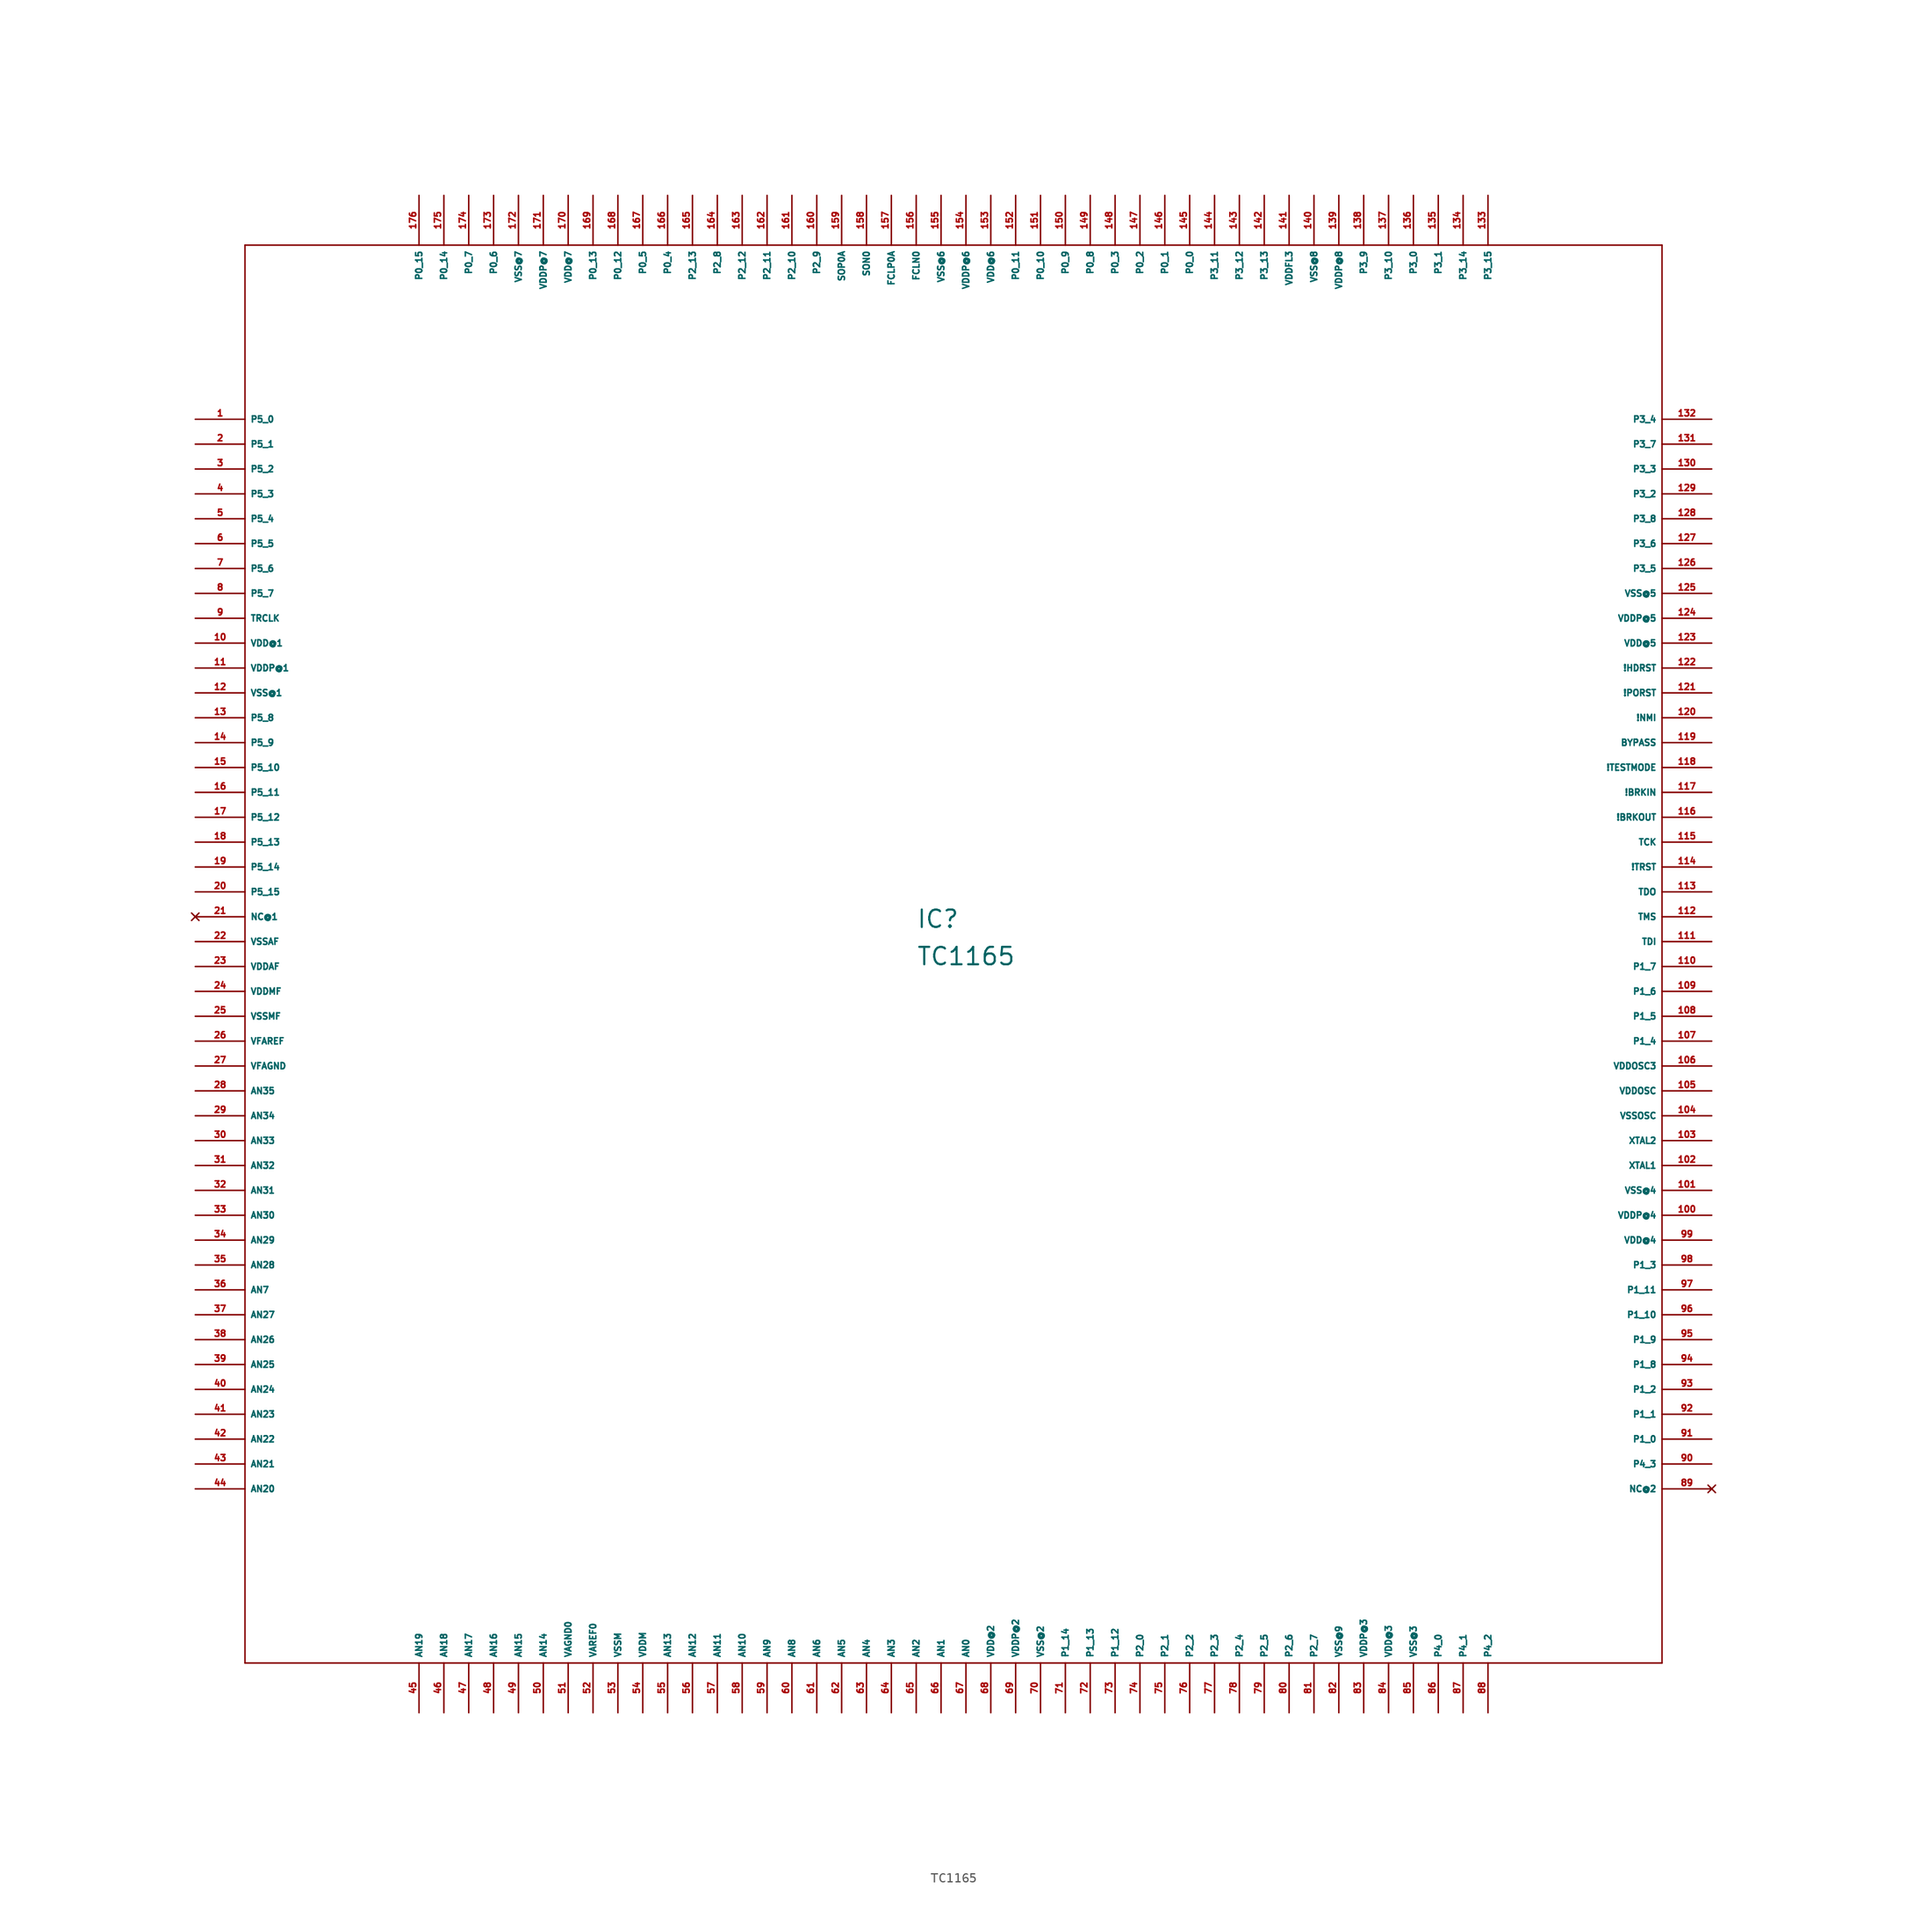
<source format=kicad_sym>
(kicad_symbol_lib
  (version 20220914)
  (generator Eagle2Kicad)
  (symbol "TC1165"
    (property "Reference" "IC"
      (at -5.08 1.27 0)
      (effects (font (size 1.778 1.778) (thickness 0.22)) (justify left bottom)))
    (property "Value" "TC1165"
      (at -5.08 -2.54 0)
      (effects (font (size 1.778 1.778) (thickness 0.22)) (justify left bottom)))
    (polyline
      (pts (xy -73.66 -73.66) (xy 71.12 -73.66))
      (stroke (width 0) (type default))
      (fill (type none)))
    (polyline
      (pts (xy 71.12 -73.66) (xy 71.12 71.12))
      (stroke (width 0) (type default))
      (fill (type none)))
    (polyline
      (pts (xy 71.12 71.12) (xy -73.66 71.12))
      (stroke (width 0) (type default))
      (fill (type none)))
    (polyline
      (pts (xy -73.66 71.12) (xy -73.66 -73.66))
      (stroke (width 0) (type default))
      (fill (type none)))
    (pin bidirectional line
      (at -78.74 53.34 0)
      (length 5.08)
      (name "P5_0" (effects (font (size 0.635 0.635) (thickness 0.08)) (justify left bottom)))
      (number "1" (effects (font (size 0.635 0.635) (thickness 0.08)) (justify left bottom))))
    (pin bidirectional line
      (at -78.74 50.8 0)
      (length 5.08)
      (name "P5_1" (effects (font (size 0.635 0.635) (thickness 0.08)) (justify left bottom)))
      (number "2" (effects (font (size 0.635 0.635) (thickness 0.08)) (justify left bottom))))
    (pin bidirectional line
      (at -78.74 48.26 0)
      (length 5.08)
      (name "P5_2" (effects (font (size 0.635 0.635) (thickness 0.08)) (justify left bottom)))
      (number "3" (effects (font (size 0.635 0.635) (thickness 0.08)) (justify left bottom))))
    (pin bidirectional line
      (at -78.74 45.72 0)
      (length 5.08)
      (name "P5_3" (effects (font (size 0.635 0.635) (thickness 0.08)) (justify left bottom)))
      (number "4" (effects (font (size 0.635 0.635) (thickness 0.08)) (justify left bottom))))
    (pin bidirectional line
      (at -78.74 43.18 0)
      (length 5.08)
      (name "P5_4" (effects (font (size 0.635 0.635) (thickness 0.08)) (justify left bottom)))
      (number "5" (effects (font (size 0.635 0.635) (thickness 0.08)) (justify left bottom))))
    (pin bidirectional line
      (at -78.74 40.64 0)
      (length 5.08)
      (name "P5_5" (effects (font (size 0.635 0.635) (thickness 0.08)) (justify left bottom)))
      (number "6" (effects (font (size 0.635 0.635) (thickness 0.08)) (justify left bottom))))
    (pin bidirectional line
      (at -78.74 38.1 0)
      (length 5.08)
      (name "P5_6" (effects (font (size 0.635 0.635) (thickness 0.08)) (justify left bottom)))
      (number "7" (effects (font (size 0.635 0.635) (thickness 0.08)) (justify left bottom))))
    (pin bidirectional line
      (at -78.74 35.56 0)
      (length 5.08)
      (name "P5_7" (effects (font (size 0.635 0.635) (thickness 0.08)) (justify left bottom)))
      (number "8" (effects (font (size 0.635 0.635) (thickness 0.08)) (justify left bottom))))
    (pin output line
      (at -78.74 33.02 0)
      (length 5.08)
      (name "TRCLK" (effects (font (size 0.635 0.635) (thickness 0.08)) (justify left bottom)))
      (number "9" (effects (font (size 0.635 0.635) (thickness 0.08)) (justify left bottom))))
    (pin unspecified line
      (at -78.74 30.48 0)
      (length 5.08)
      (name "VDD@1" (effects (font (size 0.635 0.635) (thickness 0.08)) (justify left bottom)))
      (number "10" (effects (font (size 0.635 0.635) (thickness 0.08)) (justify left bottom))))
    (pin unspecified line
      (at -78.74 27.94 0)
      (length 5.08)
      (name "VDDP@1" (effects (font (size 0.635 0.635) (thickness 0.08)) (justify left bottom)))
      (number "11" (effects (font (size 0.635 0.635) (thickness 0.08)) (justify left bottom))))
    (pin unspecified line
      (at -78.74 25.4 0)
      (length 5.08)
      (name "VSS@1" (effects (font (size 0.635 0.635) (thickness 0.08)) (justify left bottom)))
      (number "12" (effects (font (size 0.635 0.635) (thickness 0.08)) (justify left bottom))))
    (pin bidirectional line
      (at -78.74 22.86 0)
      (length 5.08)
      (name "P5_8" (effects (font (size 0.635 0.635) (thickness 0.08)) (justify left bottom)))
      (number "13" (effects (font (size 0.635 0.635) (thickness 0.08)) (justify left bottom))))
    (pin bidirectional line
      (at -78.74 20.32 0)
      (length 5.08)
      (name "P5_9" (effects (font (size 0.635 0.635) (thickness 0.08)) (justify left bottom)))
      (number "14" (effects (font (size 0.635 0.635) (thickness 0.08)) (justify left bottom))))
    (pin bidirectional line
      (at -78.74 17.78 0)
      (length 5.08)
      (name "P5_10" (effects (font (size 0.635 0.635) (thickness 0.08)) (justify left bottom)))
      (number "15" (effects (font (size 0.635 0.635) (thickness 0.08)) (justify left bottom))))
    (pin bidirectional line
      (at -78.74 15.24 0)
      (length 5.08)
      (name "P5_11" (effects (font (size 0.635 0.635) (thickness 0.08)) (justify left bottom)))
      (number "16" (effects (font (size 0.635 0.635) (thickness 0.08)) (justify left bottom))))
    (pin bidirectional line
      (at -78.74 12.7 0)
      (length 5.08)
      (name "P5_12" (effects (font (size 0.635 0.635) (thickness 0.08)) (justify left bottom)))
      (number "17" (effects (font (size 0.635 0.635) (thickness 0.08)) (justify left bottom))))
    (pin bidirectional line
      (at -78.74 10.16 0)
      (length 5.08)
      (name "P5_13" (effects (font (size 0.635 0.635) (thickness 0.08)) (justify left bottom)))
      (number "18" (effects (font (size 0.635 0.635) (thickness 0.08)) (justify left bottom))))
    (pin bidirectional line
      (at -78.74 7.62 0)
      (length 5.08)
      (name "P5_14" (effects (font (size 0.635 0.635) (thickness 0.08)) (justify left bottom)))
      (number "19" (effects (font (size 0.635 0.635) (thickness 0.08)) (justify left bottom))))
    (pin bidirectional line
      (at -78.74 5.08 0)
      (length 5.08)
      (name "P5_15" (effects (font (size 0.635 0.635) (thickness 0.08)) (justify left bottom)))
      (number "20" (effects (font (size 0.635 0.635) (thickness 0.08)) (justify left bottom))))
    (pin no_connect line
      (at -78.74 2.54 0)
      (length 5.08)
      (name "NC@1" (effects (font (size 0.635 0.635) (thickness 0.08)) (justify left bottom) hide))
      (number "21" (effects (font (size 0.635 0.635) (thickness 0.08)) (justify left bottom) hide)))
    (pin unspecified line
      (at -78.74 0 0)
      (length 5.08)
      (name "VSSAF" (effects (font (size 0.635 0.635) (thickness 0.08)) (justify left bottom)))
      (number "22" (effects (font (size 0.635 0.635) (thickness 0.08)) (justify left bottom))))
    (pin unspecified line
      (at -78.74 -2.54 0)
      (length 5.08)
      (name "VDDAF" (effects (font (size 0.635 0.635) (thickness 0.08)) (justify left bottom)))
      (number "23" (effects (font (size 0.635 0.635) (thickness 0.08)) (justify left bottom))))
    (pin unspecified line
      (at -78.74 -5.08 0)
      (length 5.08)
      (name "VDDMF" (effects (font (size 0.635 0.635) (thickness 0.08)) (justify left bottom)))
      (number "24" (effects (font (size 0.635 0.635) (thickness 0.08)) (justify left bottom))))
    (pin unspecified line
      (at -78.74 -7.62 0)
      (length 5.08)
      (name "VSSMF" (effects (font (size 0.635 0.635) (thickness 0.08)) (justify left bottom)))
      (number "25" (effects (font (size 0.635 0.635) (thickness 0.08)) (justify left bottom))))
    (pin unspecified line
      (at -78.74 -10.16 0)
      (length 5.08)
      (name "VFAREF" (effects (font (size 0.635 0.635) (thickness 0.08)) (justify left bottom)))
      (number "26" (effects (font (size 0.635 0.635) (thickness 0.08)) (justify left bottom))))
    (pin unspecified line
      (at -78.74 -12.7 0)
      (length 5.08)
      (name "VFAGND" (effects (font (size 0.635 0.635) (thickness 0.08)) (justify left bottom)))
      (number "27" (effects (font (size 0.635 0.635) (thickness 0.08)) (justify left bottom))))
    (pin input line
      (at -78.74 -15.24 0)
      (length 5.08)
      (name "AN35" (effects (font (size 0.635 0.635) (thickness 0.08)) (justify left bottom)))
      (number "28" (effects (font (size 0.635 0.635) (thickness 0.08)) (justify left bottom))))
    (pin input line
      (at -78.74 -17.78 0)
      (length 5.08)
      (name "AN34" (effects (font (size 0.635 0.635) (thickness 0.08)) (justify left bottom)))
      (number "29" (effects (font (size 0.635 0.635) (thickness 0.08)) (justify left bottom))))
    (pin input line
      (at -78.74 -20.32 0)
      (length 5.08)
      (name "AN33" (effects (font (size 0.635 0.635) (thickness 0.08)) (justify left bottom)))
      (number "30" (effects (font (size 0.635 0.635) (thickness 0.08)) (justify left bottom))))
    (pin input line
      (at -78.74 -22.86 0)
      (length 5.08)
      (name "AN32" (effects (font (size 0.635 0.635) (thickness 0.08)) (justify left bottom)))
      (number "31" (effects (font (size 0.635 0.635) (thickness 0.08)) (justify left bottom))))
    (pin input line
      (at -78.74 -25.4 0)
      (length 5.08)
      (name "AN31" (effects (font (size 0.635 0.635) (thickness 0.08)) (justify left bottom)))
      (number "32" (effects (font (size 0.635 0.635) (thickness 0.08)) (justify left bottom))))
    (pin input line
      (at -78.74 -27.94 0)
      (length 5.08)
      (name "AN30" (effects (font (size 0.635 0.635) (thickness 0.08)) (justify left bottom)))
      (number "33" (effects (font (size 0.635 0.635) (thickness 0.08)) (justify left bottom))))
    (pin input line
      (at -78.74 -30.48 0)
      (length 5.08)
      (name "AN29" (effects (font (size 0.635 0.635) (thickness 0.08)) (justify left bottom)))
      (number "34" (effects (font (size 0.635 0.635) (thickness 0.08)) (justify left bottom))))
    (pin input line
      (at -78.74 -33.02 0)
      (length 5.08)
      (name "AN28" (effects (font (size 0.635 0.635) (thickness 0.08)) (justify left bottom)))
      (number "35" (effects (font (size 0.635 0.635) (thickness 0.08)) (justify left bottom))))
    (pin input line
      (at -78.74 -35.56 0)
      (length 5.08)
      (name "AN7" (effects (font (size 0.635 0.635) (thickness 0.08)) (justify left bottom)))
      (number "36" (effects (font (size 0.635 0.635) (thickness 0.08)) (justify left bottom))))
    (pin input line
      (at -78.74 -38.1 0)
      (length 5.08)
      (name "AN27" (effects (font (size 0.635 0.635) (thickness 0.08)) (justify left bottom)))
      (number "37" (effects (font (size 0.635 0.635) (thickness 0.08)) (justify left bottom))))
    (pin input line
      (at -78.74 -40.64 0)
      (length 5.08)
      (name "AN26" (effects (font (size 0.635 0.635) (thickness 0.08)) (justify left bottom)))
      (number "38" (effects (font (size 0.635 0.635) (thickness 0.08)) (justify left bottom))))
    (pin input line
      (at -78.74 -43.18 0)
      (length 5.08)
      (name "AN25" (effects (font (size 0.635 0.635) (thickness 0.08)) (justify left bottom)))
      (number "39" (effects (font (size 0.635 0.635) (thickness 0.08)) (justify left bottom))))
    (pin input line
      (at -78.74 -45.72 0)
      (length 5.08)
      (name "AN24" (effects (font (size 0.635 0.635) (thickness 0.08)) (justify left bottom)))
      (number "40" (effects (font (size 0.635 0.635) (thickness 0.08)) (justify left bottom))))
    (pin input line
      (at -78.74 -48.26 0)
      (length 5.08)
      (name "AN23" (effects (font (size 0.635 0.635) (thickness 0.08)) (justify left bottom)))
      (number "41" (effects (font (size 0.635 0.635) (thickness 0.08)) (justify left bottom))))
    (pin input line
      (at -78.74 -50.8 0)
      (length 5.08)
      (name "AN22" (effects (font (size 0.635 0.635) (thickness 0.08)) (justify left bottom)))
      (number "42" (effects (font (size 0.635 0.635) (thickness 0.08)) (justify left bottom))))
    (pin input line
      (at -78.74 -53.34 0)
      (length 5.08)
      (name "AN21" (effects (font (size 0.635 0.635) (thickness 0.08)) (justify left bottom)))
      (number "43" (effects (font (size 0.635 0.635) (thickness 0.08)) (justify left bottom))))
    (pin input line
      (at -78.74 -55.88 0)
      (length 5.08)
      (name "AN20" (effects (font (size 0.635 0.635) (thickness 0.08)) (justify left bottom)))
      (number "44" (effects (font (size 0.635 0.635) (thickness 0.08)) (justify left bottom))))
    (pin input line
      (at -55.88 -78.74 90)
      (length 5.08)
      (name "AN19" (effects (font (size 0.635 0.635) (thickness 0.08)) (justify left bottom)))
      (number "45" (effects (font (size 0.635 0.635) (thickness 0.08)) (justify left bottom))))
    (pin input line
      (at -53.34 -78.74 90)
      (length 5.08)
      (name "AN18" (effects (font (size 0.635 0.635) (thickness 0.08)) (justify left bottom)))
      (number "46" (effects (font (size 0.635 0.635) (thickness 0.08)) (justify left bottom))))
    (pin input line
      (at -50.8 -78.74 90)
      (length 5.08)
      (name "AN17" (effects (font (size 0.635 0.635) (thickness 0.08)) (justify left bottom)))
      (number "47" (effects (font (size 0.635 0.635) (thickness 0.08)) (justify left bottom))))
    (pin input line
      (at -48.26 -78.74 90)
      (length 5.08)
      (name "AN16" (effects (font (size 0.635 0.635) (thickness 0.08)) (justify left bottom)))
      (number "48" (effects (font (size 0.635 0.635) (thickness 0.08)) (justify left bottom))))
    (pin input line
      (at -45.72 -78.74 90)
      (length 5.08)
      (name "AN15" (effects (font (size 0.635 0.635) (thickness 0.08)) (justify left bottom)))
      (number "49" (effects (font (size 0.635 0.635) (thickness 0.08)) (justify left bottom))))
    (pin input line
      (at -43.18 -78.74 90)
      (length 5.08)
      (name "AN14" (effects (font (size 0.635 0.635) (thickness 0.08)) (justify left bottom)))
      (number "50" (effects (font (size 0.635 0.635) (thickness 0.08)) (justify left bottom))))
    (pin unspecified line
      (at -40.64 -78.74 90)
      (length 5.08)
      (name "VAGND0" (effects (font (size 0.635 0.635) (thickness 0.08)) (justify left bottom)))
      (number "51" (effects (font (size 0.635 0.635) (thickness 0.08)) (justify left bottom))))
    (pin unspecified line
      (at -38.1 -78.74 90)
      (length 5.08)
      (name "VAREF0" (effects (font (size 0.635 0.635) (thickness 0.08)) (justify left bottom)))
      (number "52" (effects (font (size 0.635 0.635) (thickness 0.08)) (justify left bottom))))
    (pin unspecified line
      (at -35.56 -78.74 90)
      (length 5.08)
      (name "VSSM" (effects (font (size 0.635 0.635) (thickness 0.08)) (justify left bottom)))
      (number "53" (effects (font (size 0.635 0.635) (thickness 0.08)) (justify left bottom))))
    (pin unspecified line
      (at -33.02 -78.74 90)
      (length 5.08)
      (name "VDDM" (effects (font (size 0.635 0.635) (thickness 0.08)) (justify left bottom)))
      (number "54" (effects (font (size 0.635 0.635) (thickness 0.08)) (justify left bottom))))
    (pin input line
      (at -30.48 -78.74 90)
      (length 5.08)
      (name "AN13" (effects (font (size 0.635 0.635) (thickness 0.08)) (justify left bottom)))
      (number "55" (effects (font (size 0.635 0.635) (thickness 0.08)) (justify left bottom))))
    (pin input line
      (at -27.94 -78.74 90)
      (length 5.08)
      (name "AN12" (effects (font (size 0.635 0.635) (thickness 0.08)) (justify left bottom)))
      (number "56" (effects (font (size 0.635 0.635) (thickness 0.08)) (justify left bottom))))
    (pin input line
      (at -25.4 -78.74 90)
      (length 5.08)
      (name "AN11" (effects (font (size 0.635 0.635) (thickness 0.08)) (justify left bottom)))
      (number "57" (effects (font (size 0.635 0.635) (thickness 0.08)) (justify left bottom))))
    (pin input line
      (at -22.86 -78.74 90)
      (length 5.08)
      (name "AN10" (effects (font (size 0.635 0.635) (thickness 0.08)) (justify left bottom)))
      (number "58" (effects (font (size 0.635 0.635) (thickness 0.08)) (justify left bottom))))
    (pin input line
      (at -20.32 -78.74 90)
      (length 5.08)
      (name "AN9" (effects (font (size 0.635 0.635) (thickness 0.08)) (justify left bottom)))
      (number "59" (effects (font (size 0.635 0.635) (thickness 0.08)) (justify left bottom))))
    (pin input line
      (at -17.78 -78.74 90)
      (length 5.08)
      (name "AN8" (effects (font (size 0.635 0.635) (thickness 0.08)) (justify left bottom)))
      (number "60" (effects (font (size 0.635 0.635) (thickness 0.08)) (justify left bottom))))
    (pin input line
      (at -15.24 -78.74 90)
      (length 5.08)
      (name "AN6" (effects (font (size 0.635 0.635) (thickness 0.08)) (justify left bottom)))
      (number "61" (effects (font (size 0.635 0.635) (thickness 0.08)) (justify left bottom))))
    (pin input line
      (at -12.7 -78.74 90)
      (length 5.08)
      (name "AN5" (effects (font (size 0.635 0.635) (thickness 0.08)) (justify left bottom)))
      (number "62" (effects (font (size 0.635 0.635) (thickness 0.08)) (justify left bottom))))
    (pin input line
      (at -10.16 -78.74 90)
      (length 5.08)
      (name "AN4" (effects (font (size 0.635 0.635) (thickness 0.08)) (justify left bottom)))
      (number "63" (effects (font (size 0.635 0.635) (thickness 0.08)) (justify left bottom))))
    (pin input line
      (at -7.62 -78.74 90)
      (length 5.08)
      (name "AN3" (effects (font (size 0.635 0.635) (thickness 0.08)) (justify left bottom)))
      (number "64" (effects (font (size 0.635 0.635) (thickness 0.08)) (justify left bottom))))
    (pin input line
      (at -5.08 -78.74 90)
      (length 5.08)
      (name "AN2" (effects (font (size 0.635 0.635) (thickness 0.08)) (justify left bottom)))
      (number "65" (effects (font (size 0.635 0.635) (thickness 0.08)) (justify left bottom))))
    (pin input line
      (at -2.54 -78.74 90)
      (length 5.08)
      (name "AN1" (effects (font (size 0.635 0.635) (thickness 0.08)) (justify left bottom)))
      (number "66" (effects (font (size 0.635 0.635) (thickness 0.08)) (justify left bottom))))
    (pin input line
      (at 0 -78.74 90)
      (length 5.08)
      (name "AN0" (effects (font (size 0.635 0.635) (thickness 0.08)) (justify left bottom)))
      (number "67" (effects (font (size 0.635 0.635) (thickness 0.08)) (justify left bottom))))
    (pin unspecified line
      (at 2.54 -78.74 90)
      (length 5.08)
      (name "VDD@2" (effects (font (size 0.635 0.635) (thickness 0.08)) (justify left bottom)))
      (number "68" (effects (font (size 0.635 0.635) (thickness 0.08)) (justify left bottom))))
    (pin unspecified line
      (at 5.08 -78.74 90)
      (length 5.08)
      (name "VDDP@2" (effects (font (size 0.635 0.635) (thickness 0.08)) (justify left bottom)))
      (number "69" (effects (font (size 0.635 0.635) (thickness 0.08)) (justify left bottom))))
    (pin unspecified line
      (at 7.62 -78.74 90)
      (length 5.08)
      (name "VSS@2" (effects (font (size 0.635 0.635) (thickness 0.08)) (justify left bottom)))
      (number "70" (effects (font (size 0.635 0.635) (thickness 0.08)) (justify left bottom))))
    (pin bidirectional line
      (at 10.16 -78.74 90)
      (length 5.08)
      (name "P1_14" (effects (font (size 0.635 0.635) (thickness 0.08)) (justify left bottom)))
      (number "71" (effects (font (size 0.635 0.635) (thickness 0.08)) (justify left bottom))))
    (pin bidirectional line
      (at 12.7 -78.74 90)
      (length 5.08)
      (name "P1_13" (effects (font (size 0.635 0.635) (thickness 0.08)) (justify left bottom)))
      (number "72" (effects (font (size 0.635 0.635) (thickness 0.08)) (justify left bottom))))
    (pin bidirectional line
      (at 15.24 -78.74 90)
      (length 5.08)
      (name "P1_12" (effects (font (size 0.635 0.635) (thickness 0.08)) (justify left bottom)))
      (number "73" (effects (font (size 0.635 0.635) (thickness 0.08)) (justify left bottom))))
    (pin bidirectional line
      (at 17.78 -78.74 90)
      (length 5.08)
      (name "P2_0" (effects (font (size 0.635 0.635) (thickness 0.08)) (justify left bottom)))
      (number "74" (effects (font (size 0.635 0.635) (thickness 0.08)) (justify left bottom))))
    (pin bidirectional line
      (at 20.32 -78.74 90)
      (length 5.08)
      (name "P2_1" (effects (font (size 0.635 0.635) (thickness 0.08)) (justify left bottom)))
      (number "75" (effects (font (size 0.635 0.635) (thickness 0.08)) (justify left bottom))))
    (pin bidirectional line
      (at 22.86 -78.74 90)
      (length 5.08)
      (name "P2_2" (effects (font (size 0.635 0.635) (thickness 0.08)) (justify left bottom)))
      (number "76" (effects (font (size 0.635 0.635) (thickness 0.08)) (justify left bottom))))
    (pin bidirectional line
      (at 25.4 -78.74 90)
      (length 5.08)
      (name "P2_3" (effects (font (size 0.635 0.635) (thickness 0.08)) (justify left bottom)))
      (number "77" (effects (font (size 0.635 0.635) (thickness 0.08)) (justify left bottom))))
    (pin bidirectional line
      (at 27.94 -78.74 90)
      (length 5.08)
      (name "P2_4" (effects (font (size 0.635 0.635) (thickness 0.08)) (justify left bottom)))
      (number "78" (effects (font (size 0.635 0.635) (thickness 0.08)) (justify left bottom))))
    (pin bidirectional line
      (at 30.48 -78.74 90)
      (length 5.08)
      (name "P2_5" (effects (font (size 0.635 0.635) (thickness 0.08)) (justify left bottom)))
      (number "79" (effects (font (size 0.635 0.635) (thickness 0.08)) (justify left bottom))))
    (pin bidirectional line
      (at 33.02 -78.74 90)
      (length 5.08)
      (name "P2_6" (effects (font (size 0.635 0.635) (thickness 0.08)) (justify left bottom)))
      (number "80" (effects (font (size 0.635 0.635) (thickness 0.08)) (justify left bottom))))
    (pin bidirectional line
      (at 35.56 -78.74 90)
      (length 5.08)
      (name "P2_7" (effects (font (size 0.635 0.635) (thickness 0.08)) (justify left bottom)))
      (number "81" (effects (font (size 0.635 0.635) (thickness 0.08)) (justify left bottom))))
    (pin unspecified line
      (at 38.1 -78.74 90)
      (length 5.08)
      (name "VSS@9" (effects (font (size 0.635 0.635) (thickness 0.08)) (justify left bottom)))
      (number "82" (effects (font (size 0.635 0.635) (thickness 0.08)) (justify left bottom))))
    (pin unspecified line
      (at 40.64 -78.74 90)
      (length 5.08)
      (name "VDDP@3" (effects (font (size 0.635 0.635) (thickness 0.08)) (justify left bottom)))
      (number "83" (effects (font (size 0.635 0.635) (thickness 0.08)) (justify left bottom))))
    (pin unspecified line
      (at 43.18 -78.74 90)
      (length 5.08)
      (name "VDD@3" (effects (font (size 0.635 0.635) (thickness 0.08)) (justify left bottom)))
      (number "84" (effects (font (size 0.635 0.635) (thickness 0.08)) (justify left bottom))))
    (pin unspecified line
      (at 45.72 -78.74 90)
      (length 5.08)
      (name "VSS@3" (effects (font (size 0.635 0.635) (thickness 0.08)) (justify left bottom)))
      (number "85" (effects (font (size 0.635 0.635) (thickness 0.08)) (justify left bottom))))
    (pin bidirectional line
      (at 48.26 -78.74 90)
      (length 5.08)
      (name "P4_0" (effects (font (size 0.635 0.635) (thickness 0.08)) (justify left bottom)))
      (number "86" (effects (font (size 0.635 0.635) (thickness 0.08)) (justify left bottom))))
    (pin bidirectional line
      (at 50.8 -78.74 90)
      (length 5.08)
      (name "P4_1" (effects (font (size 0.635 0.635) (thickness 0.08)) (justify left bottom)))
      (number "87" (effects (font (size 0.635 0.635) (thickness 0.08)) (justify left bottom))))
    (pin bidirectional line
      (at 53.34 -78.74 90)
      (length 5.08)
      (name "P4_2" (effects (font (size 0.635 0.635) (thickness 0.08)) (justify left bottom)))
      (number "88" (effects (font (size 0.635 0.635) (thickness 0.08)) (justify left bottom))))
    (pin no_connect line
      (at 76.2 -55.88 180)
      (length 5.08)
      (name "NC@2" (effects (font (size 0.635 0.635) (thickness 0.08)) (justify left bottom) hide))
      (number "89" (effects (font (size 0.635 0.635) (thickness 0.08)) (justify left bottom) hide)))
    (pin bidirectional line
      (at 76.2 -53.34 180)
      (length 5.08)
      (name "P4_3" (effects (font (size 0.635 0.635) (thickness 0.08)) (justify left bottom)))
      (number "90" (effects (font (size 0.635 0.635) (thickness 0.08)) (justify left bottom))))
    (pin bidirectional line
      (at 76.2 -50.8 180)
      (length 5.08)
      (name "P1_0" (effects (font (size 0.635 0.635) (thickness 0.08)) (justify left bottom)))
      (number "91" (effects (font (size 0.635 0.635) (thickness 0.08)) (justify left bottom))))
    (pin bidirectional line
      (at 76.2 -48.26 180)
      (length 5.08)
      (name "P1_1" (effects (font (size 0.635 0.635) (thickness 0.08)) (justify left bottom)))
      (number "92" (effects (font (size 0.635 0.635) (thickness 0.08)) (justify left bottom))))
    (pin bidirectional line
      (at 76.2 -45.72 180)
      (length 5.08)
      (name "P1_2" (effects (font (size 0.635 0.635) (thickness 0.08)) (justify left bottom)))
      (number "93" (effects (font (size 0.635 0.635) (thickness 0.08)) (justify left bottom))))
    (pin bidirectional line
      (at 76.2 -43.18 180)
      (length 5.08)
      (name "P1_8" (effects (font (size 0.635 0.635) (thickness 0.08)) (justify left bottom)))
      (number "94" (effects (font (size 0.635 0.635) (thickness 0.08)) (justify left bottom))))
    (pin bidirectional line
      (at 76.2 -40.64 180)
      (length 5.08)
      (name "P1_9" (effects (font (size 0.635 0.635) (thickness 0.08)) (justify left bottom)))
      (number "95" (effects (font (size 0.635 0.635) (thickness 0.08)) (justify left bottom))))
    (pin bidirectional line
      (at 76.2 -38.1 180)
      (length 5.08)
      (name "P1_10" (effects (font (size 0.635 0.635) (thickness 0.08)) (justify left bottom)))
      (number "96" (effects (font (size 0.635 0.635) (thickness 0.08)) (justify left bottom))))
    (pin bidirectional line
      (at 76.2 -35.56 180)
      (length 5.08)
      (name "P1_11" (effects (font (size 0.635 0.635) (thickness 0.08)) (justify left bottom)))
      (number "97" (effects (font (size 0.635 0.635) (thickness 0.08)) (justify left bottom))))
    (pin bidirectional line
      (at 76.2 -33.02 180)
      (length 5.08)
      (name "P1_3" (effects (font (size 0.635 0.635) (thickness 0.08)) (justify left bottom)))
      (number "98" (effects (font (size 0.635 0.635) (thickness 0.08)) (justify left bottom))))
    (pin unspecified line
      (at 76.2 -30.48 180)
      (length 5.08)
      (name "VDD@4" (effects (font (size 0.635 0.635) (thickness 0.08)) (justify left bottom)))
      (number "99" (effects (font (size 0.635 0.635) (thickness 0.08)) (justify left bottom))))
    (pin unspecified line
      (at 76.2 -27.94 180)
      (length 5.08)
      (name "VDDP@4" (effects (font (size 0.635 0.635) (thickness 0.08)) (justify left bottom)))
      (number "100" (effects (font (size 0.635 0.635) (thickness 0.08)) (justify left bottom))))
    (pin unspecified line
      (at 76.2 -25.4 180)
      (length 5.08)
      (name "VSS@4" (effects (font (size 0.635 0.635) (thickness 0.08)) (justify left bottom)))
      (number "101" (effects (font (size 0.635 0.635) (thickness 0.08)) (justify left bottom))))
    (pin input line
      (at 76.2 -22.86 180)
      (length 5.08)
      (name "XTAL1" (effects (font (size 0.635 0.635) (thickness 0.08)) (justify left bottom)))
      (number "102" (effects (font (size 0.635 0.635) (thickness 0.08)) (justify left bottom))))
    (pin output line
      (at 76.2 -20.32 180)
      (length 5.08)
      (name "XTAL2" (effects (font (size 0.635 0.635) (thickness 0.08)) (justify left bottom)))
      (number "103" (effects (font (size 0.635 0.635) (thickness 0.08)) (justify left bottom))))
    (pin unspecified line
      (at 76.2 -17.78 180)
      (length 5.08)
      (name "VSSOSC" (effects (font (size 0.635 0.635) (thickness 0.08)) (justify left bottom)))
      (number "104" (effects (font (size 0.635 0.635) (thickness 0.08)) (justify left bottom))))
    (pin unspecified line
      (at 76.2 -15.24 180)
      (length 5.08)
      (name "VDDOSC" (effects (font (size 0.635 0.635) (thickness 0.08)) (justify left bottom)))
      (number "105" (effects (font (size 0.635 0.635) (thickness 0.08)) (justify left bottom))))
    (pin unspecified line
      (at 76.2 -12.7 180)
      (length 5.08)
      (name "VDDOSC3" (effects (font (size 0.635 0.635) (thickness 0.08)) (justify left bottom)))
      (number "106" (effects (font (size 0.635 0.635) (thickness 0.08)) (justify left bottom))))
    (pin bidirectional line
      (at 76.2 -10.16 180)
      (length 5.08)
      (name "P1_4" (effects (font (size 0.635 0.635) (thickness 0.08)) (justify left bottom)))
      (number "107" (effects (font (size 0.635 0.635) (thickness 0.08)) (justify left bottom))))
    (pin bidirectional line
      (at 76.2 -7.62 180)
      (length 5.08)
      (name "P1_5" (effects (font (size 0.635 0.635) (thickness 0.08)) (justify left bottom)))
      (number "108" (effects (font (size 0.635 0.635) (thickness 0.08)) (justify left bottom))))
    (pin bidirectional line
      (at 76.2 -5.08 180)
      (length 5.08)
      (name "P1_6" (effects (font (size 0.635 0.635) (thickness 0.08)) (justify left bottom)))
      (number "109" (effects (font (size 0.635 0.635) (thickness 0.08)) (justify left bottom))))
    (pin bidirectional line
      (at 76.2 -2.54 180)
      (length 5.08)
      (name "P1_7" (effects (font (size 0.635 0.635) (thickness 0.08)) (justify left bottom)))
      (number "110" (effects (font (size 0.635 0.635) (thickness 0.08)) (justify left bottom))))
    (pin input line
      (at 76.2 0 180)
      (length 5.08)
      (name "TDI" (effects (font (size 0.635 0.635) (thickness 0.08)) (justify left bottom)))
      (number "111" (effects (font (size 0.635 0.635) (thickness 0.08)) (justify left bottom))))
    (pin input line
      (at 76.2 2.54 180)
      (length 5.08)
      (name "TMS" (effects (font (size 0.635 0.635) (thickness 0.08)) (justify left bottom)))
      (number "112" (effects (font (size 0.635 0.635) (thickness 0.08)) (justify left bottom))))
    (pin output line
      (at 76.2 5.08 180)
      (length 5.08)
      (name "TDO" (effects (font (size 0.635 0.635) (thickness 0.08)) (justify left bottom)))
      (number "113" (effects (font (size 0.635 0.635) (thickness 0.08)) (justify left bottom))))
    (pin input line
      (at 76.2 7.62 180)
      (length 5.08)
      (name "!TRST" (effects (font (size 0.635 0.635) (thickness 0.08)) (justify left bottom)))
      (number "114" (effects (font (size 0.635 0.635) (thickness 0.08)) (justify left bottom))))
    (pin input line
      (at 76.2 10.16 180)
      (length 5.08)
      (name "TCK" (effects (font (size 0.635 0.635) (thickness 0.08)) (justify left bottom)))
      (number "115" (effects (font (size 0.635 0.635) (thickness 0.08)) (justify left bottom))))
    (pin bidirectional line
      (at 76.2 12.7 180)
      (length 5.08)
      (name "!BRKOUT" (effects (font (size 0.635 0.635) (thickness 0.08)) (justify left bottom)))
      (number "116" (effects (font (size 0.635 0.635) (thickness 0.08)) (justify left bottom))))
    (pin bidirectional line
      (at 76.2 15.24 180)
      (length 5.08)
      (name "!BRKIN" (effects (font (size 0.635 0.635) (thickness 0.08)) (justify left bottom)))
      (number "117" (effects (font (size 0.635 0.635) (thickness 0.08)) (justify left bottom))))
    (pin input line
      (at 76.2 17.78 180)
      (length 5.08)
      (name "!TESTMODE" (effects (font (size 0.635 0.635) (thickness 0.08)) (justify left bottom)))
      (number "118" (effects (font (size 0.635 0.635) (thickness 0.08)) (justify left bottom))))
    (pin input line
      (at 76.2 20.32 180)
      (length 5.08)
      (name "BYPASS" (effects (font (size 0.635 0.635) (thickness 0.08)) (justify left bottom)))
      (number "119" (effects (font (size 0.635 0.635) (thickness 0.08)) (justify left bottom))))
    (pin input line
      (at 76.2 22.86 180)
      (length 5.08)
      (name "!NMI" (effects (font (size 0.635 0.635) (thickness 0.08)) (justify left bottom)))
      (number "120" (effects (font (size 0.635 0.635) (thickness 0.08)) (justify left bottom))))
    (pin input line
      (at 76.2 25.4 180)
      (length 5.08)
      (name "!PORST" (effects (font (size 0.635 0.635) (thickness 0.08)) (justify left bottom)))
      (number "121" (effects (font (size 0.635 0.635) (thickness 0.08)) (justify left bottom))))
    (pin bidirectional line
      (at 76.2 27.94 180)
      (length 5.08)
      (name "!HDRST" (effects (font (size 0.635 0.635) (thickness 0.08)) (justify left bottom)))
      (number "122" (effects (font (size 0.635 0.635) (thickness 0.08)) (justify left bottom))))
    (pin unspecified line
      (at 76.2 30.48 180)
      (length 5.08)
      (name "VDD@5" (effects (font (size 0.635 0.635) (thickness 0.08)) (justify left bottom)))
      (number "123" (effects (font (size 0.635 0.635) (thickness 0.08)) (justify left bottom))))
    (pin unspecified line
      (at 76.2 33.02 180)
      (length 5.08)
      (name "VDDP@5" (effects (font (size 0.635 0.635) (thickness 0.08)) (justify left bottom)))
      (number "124" (effects (font (size 0.635 0.635) (thickness 0.08)) (justify left bottom))))
    (pin unspecified line
      (at 76.2 35.56 180)
      (length 5.08)
      (name "VSS@5" (effects (font (size 0.635 0.635) (thickness 0.08)) (justify left bottom)))
      (number "125" (effects (font (size 0.635 0.635) (thickness 0.08)) (justify left bottom))))
    (pin bidirectional line
      (at 76.2 38.1 180)
      (length 5.08)
      (name "P3_5" (effects (font (size 0.635 0.635) (thickness 0.08)) (justify left bottom)))
      (number "126" (effects (font (size 0.635 0.635) (thickness 0.08)) (justify left bottom))))
    (pin bidirectional line
      (at 76.2 40.64 180)
      (length 5.08)
      (name "P3_6" (effects (font (size 0.635 0.635) (thickness 0.08)) (justify left bottom)))
      (number "127" (effects (font (size 0.635 0.635) (thickness 0.08)) (justify left bottom))))
    (pin bidirectional line
      (at 76.2 43.18 180)
      (length 5.08)
      (name "P3_8" (effects (font (size 0.635 0.635) (thickness 0.08)) (justify left bottom)))
      (number "128" (effects (font (size 0.635 0.635) (thickness 0.08)) (justify left bottom))))
    (pin bidirectional line
      (at 76.2 45.72 180)
      (length 5.08)
      (name "P3_2" (effects (font (size 0.635 0.635) (thickness 0.08)) (justify left bottom)))
      (number "129" (effects (font (size 0.635 0.635) (thickness 0.08)) (justify left bottom))))
    (pin bidirectional line
      (at 76.2 48.26 180)
      (length 5.08)
      (name "P3_3" (effects (font (size 0.635 0.635) (thickness 0.08)) (justify left bottom)))
      (number "130" (effects (font (size 0.635 0.635) (thickness 0.08)) (justify left bottom))))
    (pin bidirectional line
      (at 76.2 50.8 180)
      (length 5.08)
      (name "P3_7" (effects (font (size 0.635 0.635) (thickness 0.08)) (justify left bottom)))
      (number "131" (effects (font (size 0.635 0.635) (thickness 0.08)) (justify left bottom))))
    (pin bidirectional line
      (at 76.2 53.34 180)
      (length 5.08)
      (name "P3_4" (effects (font (size 0.635 0.635) (thickness 0.08)) (justify left bottom)))
      (number "132" (effects (font (size 0.635 0.635) (thickness 0.08)) (justify left bottom))))
    (pin bidirectional line
      (at 53.34 76.2 270)
      (length 5.08)
      (name "P3_15" (effects (font (size 0.635 0.635) (thickness 0.08)) (justify left bottom)))
      (number "133" (effects (font (size 0.635 0.635) (thickness 0.08)) (justify left bottom))))
    (pin bidirectional line
      (at 50.8 76.2 270)
      (length 5.08)
      (name "P3_14" (effects (font (size 0.635 0.635) (thickness 0.08)) (justify left bottom)))
      (number "134" (effects (font (size 0.635 0.635) (thickness 0.08)) (justify left bottom))))
    (pin bidirectional line
      (at 48.26 76.2 270)
      (length 5.08)
      (name "P3_1" (effects (font (size 0.635 0.635) (thickness 0.08)) (justify left bottom)))
      (number "135" (effects (font (size 0.635 0.635) (thickness 0.08)) (justify left bottom))))
    (pin bidirectional line
      (at 45.72 76.2 270)
      (length 5.08)
      (name "P3_0" (effects (font (size 0.635 0.635) (thickness 0.08)) (justify left bottom)))
      (number "136" (effects (font (size 0.635 0.635) (thickness 0.08)) (justify left bottom))))
    (pin bidirectional line
      (at 43.18 76.2 270)
      (length 5.08)
      (name "P3_10" (effects (font (size 0.635 0.635) (thickness 0.08)) (justify left bottom)))
      (number "137" (effects (font (size 0.635 0.635) (thickness 0.08)) (justify left bottom))))
    (pin bidirectional line
      (at 40.64 76.2 270)
      (length 5.08)
      (name "P3_9" (effects (font (size 0.635 0.635) (thickness 0.08)) (justify left bottom)))
      (number "138" (effects (font (size 0.635 0.635) (thickness 0.08)) (justify left bottom))))
    (pin unspecified line
      (at 38.1 76.2 270)
      (length 5.08)
      (name "VDDP@8" (effects (font (size 0.635 0.635) (thickness 0.08)) (justify left bottom)))
      (number "139" (effects (font (size 0.635 0.635) (thickness 0.08)) (justify left bottom))))
    (pin unspecified line
      (at 35.56 76.2 270)
      (length 5.08)
      (name "VSS@8" (effects (font (size 0.635 0.635) (thickness 0.08)) (justify left bottom)))
      (number "140" (effects (font (size 0.635 0.635) (thickness 0.08)) (justify left bottom))))
    (pin unspecified line
      (at 33.02 76.2 270)
      (length 5.08)
      (name "VDDFL3" (effects (font (size 0.635 0.635) (thickness 0.08)) (justify left bottom)))
      (number "141" (effects (font (size 0.635 0.635) (thickness 0.08)) (justify left bottom))))
    (pin bidirectional line
      (at 30.48 76.2 270)
      (length 5.08)
      (name "P3_13" (effects (font (size 0.635 0.635) (thickness 0.08)) (justify left bottom)))
      (number "142" (effects (font (size 0.635 0.635) (thickness 0.08)) (justify left bottom))))
    (pin bidirectional line
      (at 27.94 76.2 270)
      (length 5.08)
      (name "P3_12" (effects (font (size 0.635 0.635) (thickness 0.08)) (justify left bottom)))
      (number "143" (effects (font (size 0.635 0.635) (thickness 0.08)) (justify left bottom))))
    (pin bidirectional line
      (at 25.4 76.2 270)
      (length 5.08)
      (name "P3_11" (effects (font (size 0.635 0.635) (thickness 0.08)) (justify left bottom)))
      (number "144" (effects (font (size 0.635 0.635) (thickness 0.08)) (justify left bottom))))
    (pin bidirectional line
      (at 22.86 76.2 270)
      (length 5.08)
      (name "P0_0" (effects (font (size 0.635 0.635) (thickness 0.08)) (justify left bottom)))
      (number "145" (effects (font (size 0.635 0.635) (thickness 0.08)) (justify left bottom))))
    (pin bidirectional line
      (at 20.32 76.2 270)
      (length 5.08)
      (name "P0_1" (effects (font (size 0.635 0.635) (thickness 0.08)) (justify left bottom)))
      (number "146" (effects (font (size 0.635 0.635) (thickness 0.08)) (justify left bottom))))
    (pin bidirectional line
      (at 17.78 76.2 270)
      (length 5.08)
      (name "P0_2" (effects (font (size 0.635 0.635) (thickness 0.08)) (justify left bottom)))
      (number "147" (effects (font (size 0.635 0.635) (thickness 0.08)) (justify left bottom))))
    (pin bidirectional line
      (at 15.24 76.2 270)
      (length 5.08)
      (name "P0_3" (effects (font (size 0.635 0.635) (thickness 0.08)) (justify left bottom)))
      (number "148" (effects (font (size 0.635 0.635) (thickness 0.08)) (justify left bottom))))
    (pin bidirectional line
      (at 12.7 76.2 270)
      (length 5.08)
      (name "P0_8" (effects (font (size 0.635 0.635) (thickness 0.08)) (justify left bottom)))
      (number "149" (effects (font (size 0.635 0.635) (thickness 0.08)) (justify left bottom))))
    (pin bidirectional line
      (at 10.16 76.2 270)
      (length 5.08)
      (name "P0_9" (effects (font (size 0.635 0.635) (thickness 0.08)) (justify left bottom)))
      (number "150" (effects (font (size 0.635 0.635) (thickness 0.08)) (justify left bottom))))
    (pin bidirectional line
      (at 7.62 76.2 270)
      (length 5.08)
      (name "P0_10" (effects (font (size 0.635 0.635) (thickness 0.08)) (justify left bottom)))
      (number "151" (effects (font (size 0.635 0.635) (thickness 0.08)) (justify left bottom))))
    (pin bidirectional line
      (at 5.08 76.2 270)
      (length 5.08)
      (name "P0_11" (effects (font (size 0.635 0.635) (thickness 0.08)) (justify left bottom)))
      (number "152" (effects (font (size 0.635 0.635) (thickness 0.08)) (justify left bottom))))
    (pin unspecified line
      (at 2.54 76.2 270)
      (length 5.08)
      (name "VDD@6" (effects (font (size 0.635 0.635) (thickness 0.08)) (justify left bottom)))
      (number "153" (effects (font (size 0.635 0.635) (thickness 0.08)) (justify left bottom))))
    (pin unspecified line
      (at 0 76.2 270)
      (length 5.08)
      (name "VDDP@6" (effects (font (size 0.635 0.635) (thickness 0.08)) (justify left bottom)))
      (number "154" (effects (font (size 0.635 0.635) (thickness 0.08)) (justify left bottom))))
    (pin unspecified line
      (at -2.54 76.2 270)
      (length 5.08)
      (name "VSS@6" (effects (font (size 0.635 0.635) (thickness 0.08)) (justify left bottom)))
      (number "155" (effects (font (size 0.635 0.635) (thickness 0.08)) (justify left bottom))))
    (pin output line
      (at -5.08 76.2 270)
      (length 5.08)
      (name "FCLN0" (effects (font (size 0.635 0.635) (thickness 0.08)) (justify left bottom)))
      (number "156" (effects (font (size 0.635 0.635) (thickness 0.08)) (justify left bottom))))
    (pin output line
      (at -7.62 76.2 270)
      (length 5.08)
      (name "FCLP0A" (effects (font (size 0.635 0.635) (thickness 0.08)) (justify left bottom)))
      (number "157" (effects (font (size 0.635 0.635) (thickness 0.08)) (justify left bottom))))
    (pin output line
      (at -10.16 76.2 270)
      (length 5.08)
      (name "SON0" (effects (font (size 0.635 0.635) (thickness 0.08)) (justify left bottom)))
      (number "158" (effects (font (size 0.635 0.635) (thickness 0.08)) (justify left bottom))))
    (pin output line
      (at -12.7 76.2 270)
      (length 5.08)
      (name "SOP0A" (effects (font (size 0.635 0.635) (thickness 0.08)) (justify left bottom)))
      (number "159" (effects (font (size 0.635 0.635) (thickness 0.08)) (justify left bottom))))
    (pin bidirectional line
      (at -15.24 76.2 270)
      (length 5.08)
      (name "P2_9" (effects (font (size 0.635 0.635) (thickness 0.08)) (justify left bottom)))
      (number "160" (effects (font (size 0.635 0.635) (thickness 0.08)) (justify left bottom))))
    (pin bidirectional line
      (at -17.78 76.2 270)
      (length 5.08)
      (name "P2_10" (effects (font (size 0.635 0.635) (thickness 0.08)) (justify left bottom)))
      (number "161" (effects (font (size 0.635 0.635) (thickness 0.08)) (justify left bottom))))
    (pin bidirectional line
      (at -20.32 76.2 270)
      (length 5.08)
      (name "P2_11" (effects (font (size 0.635 0.635) (thickness 0.08)) (justify left bottom)))
      (number "162" (effects (font (size 0.635 0.635) (thickness 0.08)) (justify left bottom))))
    (pin bidirectional line
      (at -22.86 76.2 270)
      (length 5.08)
      (name "P2_12" (effects (font (size 0.635 0.635) (thickness 0.08)) (justify left bottom)))
      (number "163" (effects (font (size 0.635 0.635) (thickness 0.08)) (justify left bottom))))
    (pin bidirectional line
      (at -25.4 76.2 270)
      (length 5.08)
      (name "P2_8" (effects (font (size 0.635 0.635) (thickness 0.08)) (justify left bottom)))
      (number "164" (effects (font (size 0.635 0.635) (thickness 0.08)) (justify left bottom))))
    (pin bidirectional line
      (at -27.94 76.2 270)
      (length 5.08)
      (name "P2_13" (effects (font (size 0.635 0.635) (thickness 0.08)) (justify left bottom)))
      (number "165" (effects (font (size 0.635 0.635) (thickness 0.08)) (justify left bottom))))
    (pin bidirectional line
      (at -30.48 76.2 270)
      (length 5.08)
      (name "P0_4" (effects (font (size 0.635 0.635) (thickness 0.08)) (justify left bottom)))
      (number "166" (effects (font (size 0.635 0.635) (thickness 0.08)) (justify left bottom))))
    (pin bidirectional line
      (at -33.02 76.2 270)
      (length 5.08)
      (name "P0_5" (effects (font (size 0.635 0.635) (thickness 0.08)) (justify left bottom)))
      (number "167" (effects (font (size 0.635 0.635) (thickness 0.08)) (justify left bottom))))
    (pin bidirectional line
      (at -35.56 76.2 270)
      (length 5.08)
      (name "P0_12" (effects (font (size 0.635 0.635) (thickness 0.08)) (justify left bottom)))
      (number "168" (effects (font (size 0.635 0.635) (thickness 0.08)) (justify left bottom))))
    (pin bidirectional line
      (at -38.1 76.2 270)
      (length 5.08)
      (name "P0_13" (effects (font (size 0.635 0.635) (thickness 0.08)) (justify left bottom)))
      (number "169" (effects (font (size 0.635 0.635) (thickness 0.08)) (justify left bottom))))
    (pin unspecified line
      (at -40.64 76.2 270)
      (length 5.08)
      (name "VDD@7" (effects (font (size 0.635 0.635) (thickness 0.08)) (justify left bottom)))
      (number "170" (effects (font (size 0.635 0.635) (thickness 0.08)) (justify left bottom))))
    (pin unspecified line
      (at -43.18 76.2 270)
      (length 5.08)
      (name "VDDP@7" (effects (font (size 0.635 0.635) (thickness 0.08)) (justify left bottom)))
      (number "171" (effects (font (size 0.635 0.635) (thickness 0.08)) (justify left bottom))))
    (pin unspecified line
      (at -45.72 76.2 270)
      (length 5.08)
      (name "VSS@7" (effects (font (size 0.635 0.635) (thickness 0.08)) (justify left bottom)))
      (number "172" (effects (font (size 0.635 0.635) (thickness 0.08)) (justify left bottom))))
    (pin bidirectional line
      (at -48.26 76.2 270)
      (length 5.08)
      (name "P0_6" (effects (font (size 0.635 0.635) (thickness 0.08)) (justify left bottom)))
      (number "173" (effects (font (size 0.635 0.635) (thickness 0.08)) (justify left bottom))))
    (pin bidirectional line
      (at -50.8 76.2 270)
      (length 5.08)
      (name "P0_7" (effects (font (size 0.635 0.635) (thickness 0.08)) (justify left bottom)))
      (number "174" (effects (font (size 0.635 0.635) (thickness 0.08)) (justify left bottom))))
    (pin bidirectional line
      (at -53.34 76.2 270)
      (length 5.08)
      (name "P0_14" (effects (font (size 0.635 0.635) (thickness 0.08)) (justify left bottom)))
      (number "175" (effects (font (size 0.635 0.635) (thickness 0.08)) (justify left bottom))))
    (pin bidirectional line
      (at -55.88 76.2 270)
      (length 5.08)
      (name "P0_15" (effects (font (size 0.635 0.635) (thickness 0.08)) (justify left bottom)))
      (number "176" (effects (font (size 0.635 0.635) (thickness 0.08)) (justify left bottom))))))
</source>
